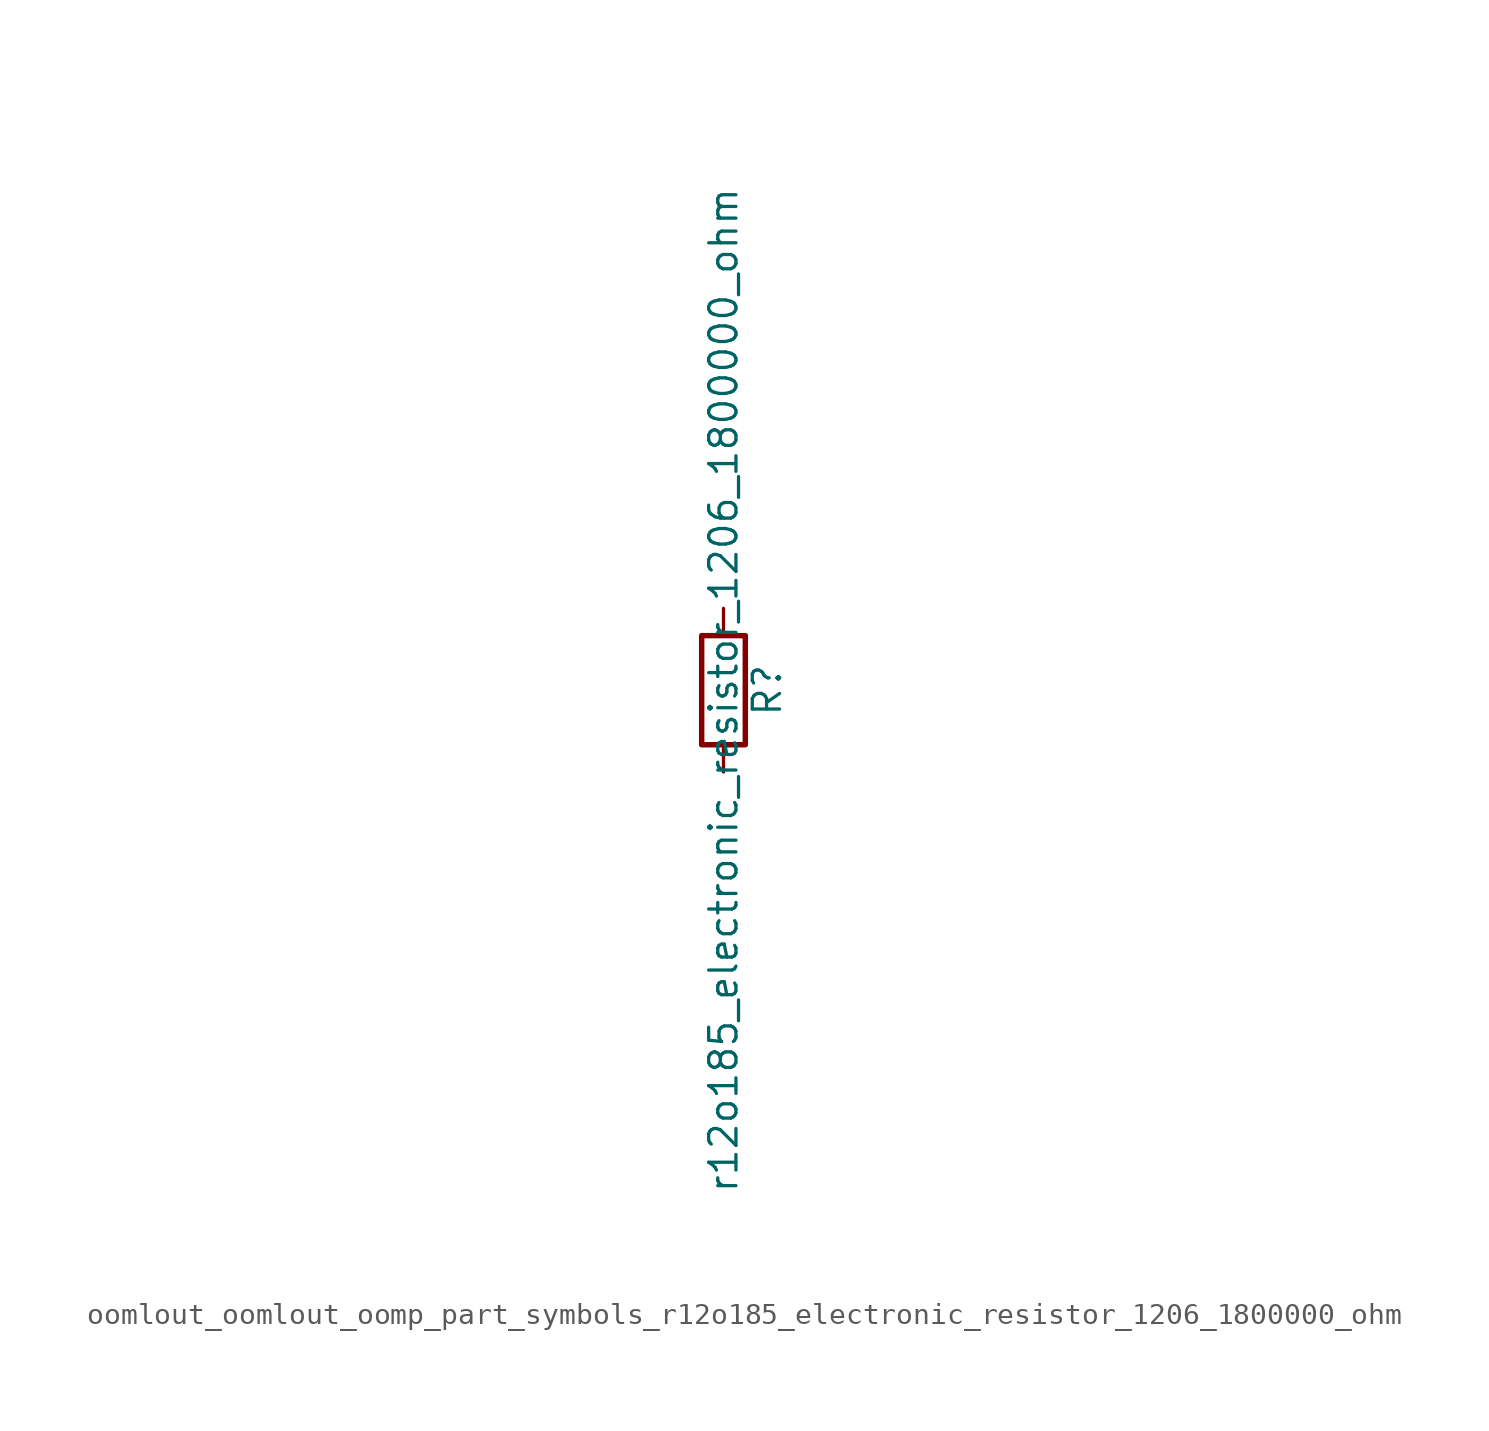
<source format=kicad_sym>
(kicad_symbol_lib
  (version 20220914)
  (generator kicad_symbol_editor)
  (symbol "oomlout_oomlout_oomp_part_symbols_r12o185_electronic_resistor_1206_1800000_ohm"
    (pin_numbers hide)
    (pin_names
      (offset 0))
    (property "Reference" "R"
      (at 2.032 0 90)
      (effects (font (size 1.27 1.27))))
    (property "Value" "r12o185_electronic_resistor_1206_1800000_ohm"
      (at 0 0 90)
      (effects (font (size 1.27 1.27))))
    (symbol "oomlout_oomlout_oomp_part_symbols_r12o185_electronic_resistor_1206_1800000_ohm_0_1"
      (rectangle (start -1.016 -2.54) (end 1.016 2.54) (stroke (width 0.254) (type default)) (fill (type none))))
    (symbol "oomlout_oomlout_oomp_part_symbols_r12o185_electronic_resistor_1206_1800000_ohm_1_1"
      (pin passive line (at 0 3.81 270) (length 1.27) (name "~" (effects (font (size 1.27 1.27)))) (number "1" (effects (font (size 1.27 1.27)))))
      (pin passive line (at 0 -3.81 90) (length 1.27) (name "~" (effects (font (size 1.27 1.27)))) (number "2" (effects (font (size 1.27 1.27))))))))
</source>
